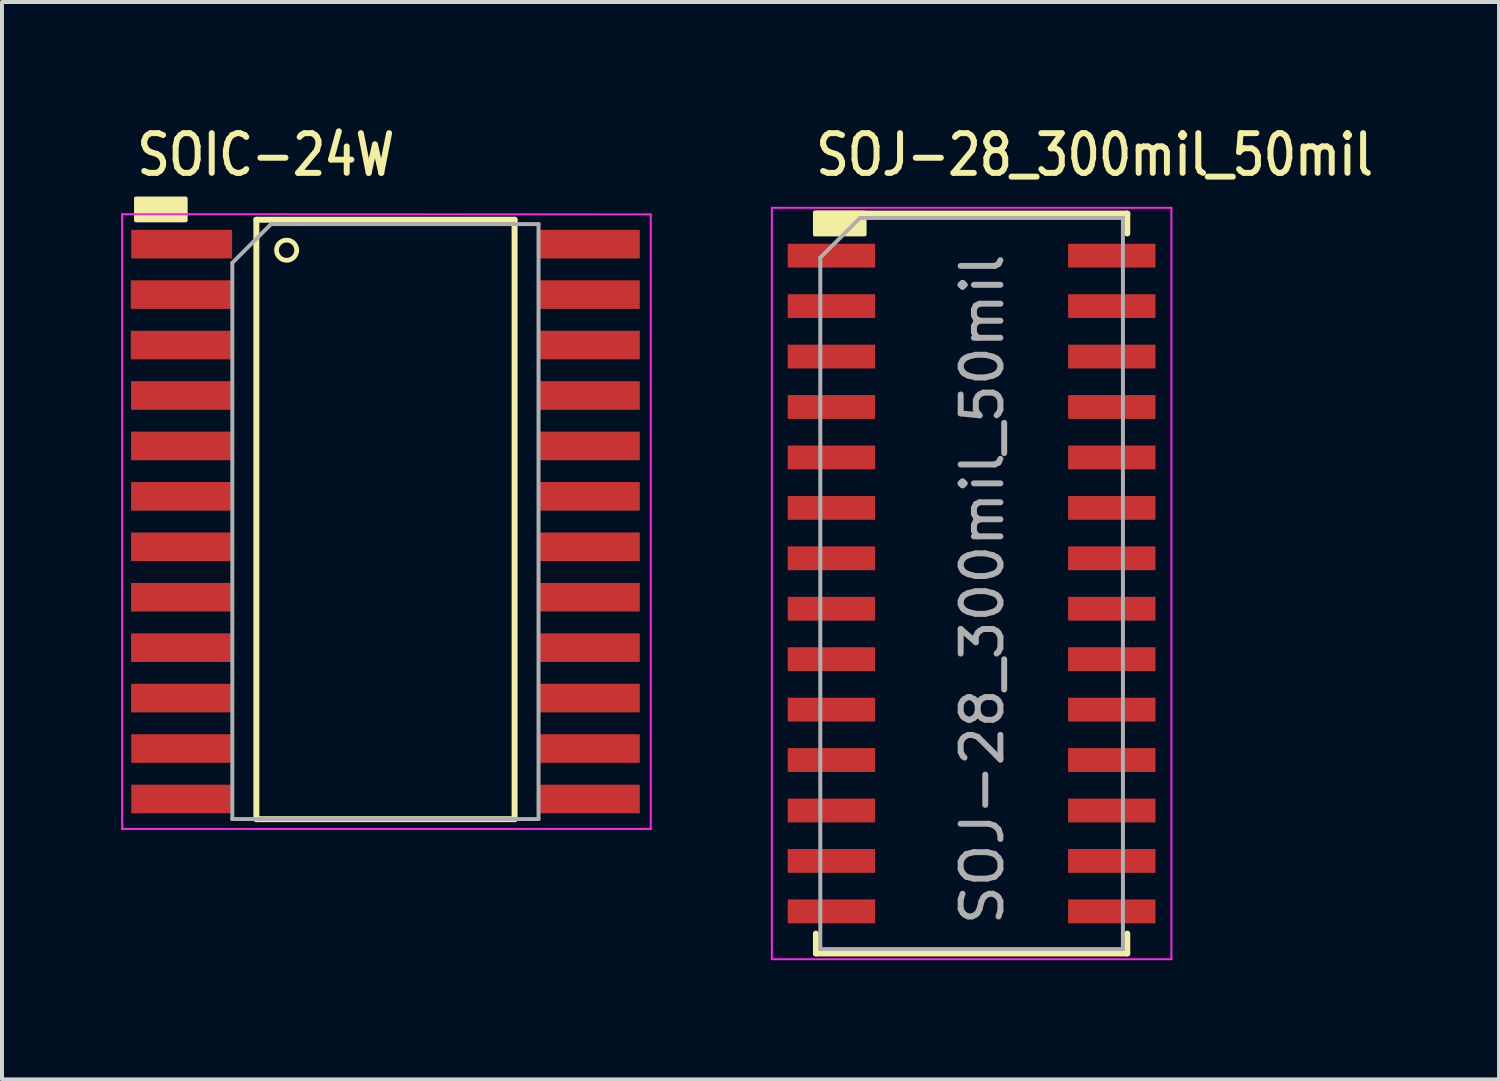
<source format=kicad_pcb>
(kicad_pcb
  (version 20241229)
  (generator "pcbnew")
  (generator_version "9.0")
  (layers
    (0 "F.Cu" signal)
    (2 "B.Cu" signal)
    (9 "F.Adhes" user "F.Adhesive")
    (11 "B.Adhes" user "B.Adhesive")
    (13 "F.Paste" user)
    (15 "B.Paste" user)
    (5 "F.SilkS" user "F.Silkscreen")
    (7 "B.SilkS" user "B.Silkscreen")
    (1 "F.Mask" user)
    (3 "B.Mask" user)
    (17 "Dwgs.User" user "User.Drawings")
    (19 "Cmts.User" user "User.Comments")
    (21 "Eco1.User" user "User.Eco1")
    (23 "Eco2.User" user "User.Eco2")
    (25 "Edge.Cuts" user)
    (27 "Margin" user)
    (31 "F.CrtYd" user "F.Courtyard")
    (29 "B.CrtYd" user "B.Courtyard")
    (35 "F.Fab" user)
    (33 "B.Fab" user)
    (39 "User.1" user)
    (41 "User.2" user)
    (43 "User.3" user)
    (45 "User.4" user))
  (footprint "SOJ-28_300mil_50mil"
    (layer "F.Cu")
    (at 17.885 3.388)
    (property "Reference" "SOJ-28_300mil_50mil" (at -0.465 -2.54 0) (layer "F.SilkS") (effects (font (size 1 0.83) (thickness 0.15)) (justify left)))
    (attr smd)
    (fp_line (start -0.39 17.57) (end -0.39 17.07) (stroke (width 0.15) (type solid)) (layer "F.SilkS"))
    (fp_line (start 7.45 -1.06) (end -0.39 -1.06) (stroke (width 0.15) (type solid)) (layer "F.SilkS"))
    (fp_line (start 7.45 -1.06) (end 7.45 -0.56) (stroke (width 0.15) (type solid)) (layer "F.SilkS"))
    (fp_line (start 7.45 17.57) (end -0.39 17.57) (stroke (width 0.15) (type solid)) (layer "F.SilkS"))
    (fp_line (start 7.45 17.57) (end 7.45 17.07) (stroke (width 0.15) (type solid)) (layer "F.SilkS"))
    (fp_poly (pts (xy -0.415 -1.085) (xy -0.415 -0.535) (xy 0.835 -0.535) (xy 0.835 -1.085)) (stroke (width 0.1) (type solid)) (fill yes) (layer "F.SilkS"))
    (fp_line (start -1.5 -1.205) (end -1.5 17.715) (stroke (width 0.05) (type solid)) (layer "F.CrtYd"))
    (fp_line (start -1.5 17.715) (end 8.56 17.715) (stroke (width 0.05) (type solid)) (layer "F.CrtYd"))
    (fp_line (start 8.56 -1.205) (end -1.5 -1.205) (stroke (width 0.05) (type solid)) (layer "F.CrtYd"))
    (fp_line (start 8.56 17.715) (end 8.56 -1.205) (stroke (width 0.05) (type solid)) (layer "F.CrtYd"))
    (fp_line (start -0.28 0.05) (end 0.72 -0.95) (stroke (width 0.1) (type solid)) (layer "F.Fab"))
    (fp_line (start -0.28 17.46) (end -0.28 0.05) (stroke (width 0.1) (type solid)) (layer "F.Fab"))
    (fp_line (start 0.72 -0.95) (end 7.34 -0.95) (stroke (width 0.1) (type solid)) (layer "F.Fab"))
    (fp_line (start 7.34 -0.95) (end 7.34 17.46) (stroke (width 0.1) (type solid)) (layer "F.Fab"))
    (fp_line (start 7.34 17.46) (end -0.28 17.46) (stroke (width 0.1) (type solid)) (layer "F.Fab"))
    (fp_text user "${REFERENCE}" (at 3.8 8.4 90) (layer "F.Fab") (effects (font (size 1 1) (thickness 0.15))))
    (pad "1" smd rect (at 0 0) (size 2.2 0.6) (layers "F.Cu" "F.Mask" "F.Paste"))
    (pad "2" smd rect (at 0 1.27) (size 2.2 0.6) (layers "F.Cu" "F.Mask" "F.Paste"))
    (pad "3" smd rect (at 0 2.54) (size 2.2 0.6) (layers "F.Cu" "F.Mask" "F.Paste"))
    (pad "4" smd rect (at 0 3.81) (size 2.2 0.6) (layers "F.Cu" "F.Mask" "F.Paste"))
    (pad "5" smd rect (at 0 5.08) (size 2.2 0.6) (layers "F.Cu" "F.Mask" "F.Paste"))
    (pad "6" smd rect (at 0 6.35) (size 2.2 0.6) (layers "F.Cu" "F.Mask" "F.Paste"))
    (pad "7" smd rect (at 0 7.62) (size 2.2 0.6) (layers "F.Cu" "F.Mask" "F.Paste"))
    (pad "8" smd rect (at 0 8.89) (size 2.2 0.6) (layers "F.Cu" "F.Mask" "F.Paste"))
    (pad "9" smd rect (at 0 10.16) (size 2.2 0.6) (layers "F.Cu" "F.Mask" "F.Paste"))
    (pad "10" smd rect (at 0 11.43) (size 2.2 0.6) (layers "F.Cu" "F.Mask" "F.Paste"))
    (pad "11" smd rect (at 0 12.7) (size 2.2 0.6) (layers "F.Cu" "F.Mask" "F.Paste"))
    (pad "12" smd rect (at 0 13.97) (size 2.2 0.6) (layers "F.Cu" "F.Mask" "F.Paste"))
    (pad "13" smd rect (at 0 15.24) (size 2.2 0.6) (layers "F.Cu" "F.Mask" "F.Paste"))
    (pad "14" smd rect (at 0 16.51) (size 2.2 0.6) (layers "F.Cu" "F.Mask" "F.Paste"))
    (pad "15" smd rect (at 7.06 16.51) (size 2.2 0.6) (layers "F.Cu" "F.Mask" "F.Paste"))
    (pad "16" smd rect (at 7.06 15.24) (size 2.2 0.6) (layers "F.Cu" "F.Mask" "F.Paste"))
    (pad "17" smd rect (at 7.06 13.97) (size 2.2 0.6) (layers "F.Cu" "F.Mask" "F.Paste"))
    (pad "18" smd rect (at 7.06 12.7) (size 2.2 0.6) (layers "F.Cu" "F.Mask" "F.Paste"))
    (pad "19" smd rect (at 7.06 11.43) (size 2.2 0.6) (layers "F.Cu" "F.Mask" "F.Paste"))
    (pad "20" smd rect (at 7.06 10.16) (size 2.2 0.6) (layers "F.Cu" "F.Mask" "F.Paste"))
    (pad "21" smd rect (at 7.06 8.89) (size 2.2 0.6) (layers "F.Cu" "F.Mask" "F.Paste"))
    (pad "22" smd rect (at 7.06 7.62) (size 2.2 0.6) (layers "F.Cu" "F.Mask" "F.Paste"))
    (pad "23" smd rect (at 7.06 6.35) (size 2.2 0.6) (layers "F.Cu" "F.Mask" "F.Paste"))
    (pad "24" smd rect (at 7.06 5.08) (size 2.2 0.6) (layers "F.Cu" "F.Mask" "F.Paste"))
    (pad "25" smd rect (at 7.06 3.81) (size 2.2 0.6) (layers "F.Cu" "F.Mask" "F.Paste"))
    (pad "26" smd rect (at 7.06 2.54) (size 2.2 0.6) (layers "F.Cu" "F.Mask" "F.Paste"))
    (pad "27" smd rect (at 7.06 1.27) (size 2.2 0.6) (layers "F.Cu" "F.Mask" "F.Paste"))
    (pad "28" smd rect (at 7.06 0) (size 2.2 0.6) (layers "F.Cu" "F.Mask" "F.Paste")))
  (footprint "SOIC-24W"
    (layer "F.Cu")
    (at 1.525 3.098)
    (property "Reference" "SOIC-24W" (at -1.2 -2.25 0) (layer "F.SilkS") (effects (font (size 1 0.83) (thickness 0.15)) (justify left)))
    (attr smd)
    (fp_line (start 1.88 -0.615) (end 1.88 14.478) (stroke (width 0.15) (type solid)) (layer "F.SilkS"))
    (fp_line (start 8.382 -0.615) (end 1.88 -0.615) (stroke (width 0.15) (type solid)) (layer "F.SilkS"))
    (fp_line (start 8.382 -0.615) (end 8.382 14.478) (stroke (width 0.15) (type solid)) (layer "F.SilkS"))
    (fp_line (start 8.382 14.478) (end 1.88 14.478) (stroke (width 0.15) (type solid)) (layer "F.SilkS"))
    (fp_circle (center 2.642 0.152) (end 2.896 0.152) (stroke (width 0.12) (type solid)) (fill no) (layer "F.SilkS"))
    (fp_poly (pts (xy -1.15 -1.15) (xy -1.15 -0.6) (xy 0.1 -0.6) (xy 0.1 -1.15)) (stroke (width 0.1) (type solid)) (fill yes) (layer "F.SilkS"))
    (fp_line (start -1.5 -0.755) (end -1.5 14.725) (stroke (width 0.05) (type solid)) (layer "F.CrtYd"))
    (fp_line (start -1.5 14.725) (end 11.81 14.725) (stroke (width 0.05) (type solid)) (layer "F.CrtYd"))
    (fp_line (start 11.81 -0.75) (end -1.5 -0.755) (stroke (width 0.05) (type solid)) (layer "F.CrtYd"))
    (fp_line (start 11.81 14.725) (end 11.81 -0.75) (stroke (width 0.05) (type solid)) (layer "F.CrtYd"))
    (fp_line (start 1.275 0.47) (end 2.25 -0.505) (stroke (width 0.1) (type solid)) (layer "F.Fab"))
    (fp_line (start 1.275 14.475) (end 1.275 0.47) (stroke (width 0.1) (type solid)) (layer "F.Fab"))
    (fp_line (start 2.25 -0.505) (end 8.985 -0.505) (stroke (width 0.1) (type solid)) (layer "F.Fab"))
    (fp_line (start 8.985 -0.505) (end 8.985 14.475) (stroke (width 0.1) (type solid)) (layer "F.Fab"))
    (fp_line (start 8.985 14.475) (end 1.275 14.475) (stroke (width 0.1) (type solid)) (layer "F.Fab"))
    (pad "1" smd rect (at 0 0) (size 2.54 0.72) (layers "F.Cu" "F.Mask" "F.Paste"))
    (pad "2" smd rect (at -0.012 1.27) (size 2.54 0.72) (layers "F.Cu" "F.Mask" "F.Paste"))
    (pad "3" smd rect (at -0.012 2.54) (size 2.54 0.72) (layers "F.Cu" "F.Mask" "F.Paste"))
    (pad "4" smd rect (at -0.004 3.81) (size 2.54 0.72) (layers "F.Cu" "F.Mask" "F.Paste"))
    (pad "5" smd rect (at -0.004 5.08) (size 2.54 0.72) (layers "F.Cu" "F.Mask" "F.Paste"))
    (pad "6" smd rect (at -0.004 6.35) (size 2.54 0.72) (layers "F.Cu" "F.Mask" "F.Paste"))
    (pad "7" smd rect (at -0.004 7.62) (size 2.54 0.72) (layers "F.Cu" "F.Mask" "F.Paste"))
    (pad "8" smd rect (at -0.004 8.89) (size 2.54 0.72) (layers "F.Cu" "F.Mask" "F.Paste"))
    (pad "9" smd rect (at -0.004 10.16) (size 2.54 0.72) (layers "F.Cu" "F.Mask" "F.Paste"))
    (pad "10" smd rect (at -0.004 11.43) (size 2.54 0.72) (layers "F.Cu" "F.Mask" "F.Paste"))
    (pad "11" smd rect (at 0 12.7) (size 2.54 0.72) (layers "F.Cu" "F.Mask" "F.Paste"))
    (pad "12" smd rect (at 0 13.97) (size 2.54 0.72) (layers "F.Cu" "F.Mask" "F.Paste"))
    (pad "13" smd rect (at 10.264 13.97) (size 2.54 0.72) (layers "F.Cu" "F.Mask" "F.Paste"))
    (pad "14" smd rect (at 10.264 12.7) (size 2.54 0.72) (layers "F.Cu" "F.Mask" "F.Paste"))
    (pad "15" smd rect (at 10.264 11.43) (size 2.54 0.72) (layers "F.Cu" "F.Mask" "F.Paste"))
    (pad "16" smd rect (at 10.264 10.16) (size 2.54 0.72) (layers "F.Cu" "F.Mask" "F.Paste"))
    (pad "17" smd rect (at 10.264 8.89) (size 2.54 0.72) (layers "F.Cu" "F.Mask" "F.Paste"))
    (pad "18" smd rect (at 10.264 7.62) (size 2.54 0.72) (layers "F.Cu" "F.Mask" "F.Paste"))
    (pad "19" smd rect (at 10.264 6.35) (size 2.54 0.72) (layers "F.Cu" "F.Mask" "F.Paste"))
    (pad "20" smd rect (at 10.264 5.08) (size 2.54 0.72) (layers "F.Cu" "F.Mask" "F.Paste"))
    (pad "21" smd rect (at 10.264 3.81) (size 2.54 0.72) (layers "F.Cu" "F.Mask" "F.Paste"))
    (pad "22" smd rect (at 10.264 2.54) (size 2.54 0.72) (layers "F.Cu" "F.Mask" "F.Paste"))
    (pad "23" smd rect (at 10.264 1.27) (size 2.54 0.72) (layers "F.Cu" "F.Mask" "F.Paste"))
    (pad "24" smd rect (at 10.264 0) (size 2.54 0.72) (layers "F.Cu" "F.Mask" "F.Paste")))
  (gr_rect
    (start -3 -3)
    (end 34.695 24.128)
    (stroke (width 0.1) (type default))
    (fill no)
    (layer "Edge.Cuts")))
</source>
